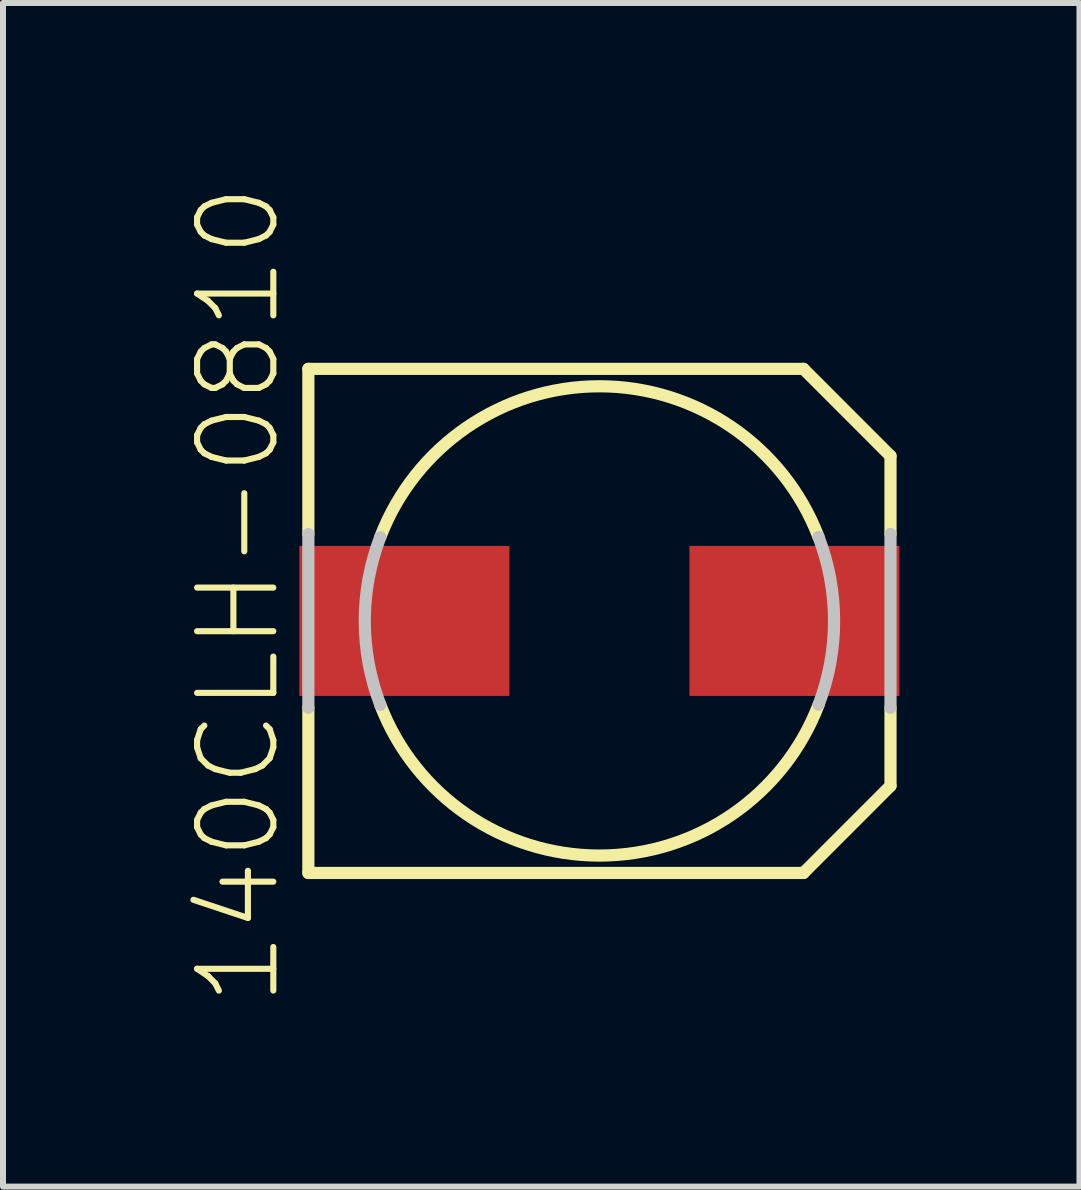
<source format=kicad_pcb>
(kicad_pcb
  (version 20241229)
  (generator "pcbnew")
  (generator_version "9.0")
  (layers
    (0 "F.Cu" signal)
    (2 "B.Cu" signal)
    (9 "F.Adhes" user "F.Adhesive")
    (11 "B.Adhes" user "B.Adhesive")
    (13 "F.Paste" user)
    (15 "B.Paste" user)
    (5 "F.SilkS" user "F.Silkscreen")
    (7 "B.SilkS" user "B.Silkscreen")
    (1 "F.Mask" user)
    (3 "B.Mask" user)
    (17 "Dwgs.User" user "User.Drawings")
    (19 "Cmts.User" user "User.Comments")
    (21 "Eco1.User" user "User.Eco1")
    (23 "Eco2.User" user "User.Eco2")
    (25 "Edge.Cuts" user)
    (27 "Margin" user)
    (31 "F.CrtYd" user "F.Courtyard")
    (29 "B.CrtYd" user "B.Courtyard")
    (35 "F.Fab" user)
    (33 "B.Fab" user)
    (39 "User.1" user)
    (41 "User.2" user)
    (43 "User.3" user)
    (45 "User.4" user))
  (footprint "140CLH-0810"
    (layer "F.Cu")
    (at 6.936 7.294)
    (property "Reference" "140CLH-0810" (at -6.015 -0.434 90) (layer "F.SilkS") (effects (font (size 1.27 1.27) (thickness 0.102))))
    (attr smd)
    (fp_line (start -4.849 -4.199) (end 3.399 -4.199) (stroke (width 0.203) (type solid)) (layer "F.SilkS"))
    (fp_line (start -4.849 -1.448) (end -4.849 -4.199) (stroke (width 0.203) (type solid)) (layer "F.SilkS"))
    (fp_line (start -4.849 4.199) (end -4.849 1.448) (stroke (width 0.203) (type solid)) (layer "F.SilkS"))
    (fp_line (start 3.399 4.199) (end -4.849 4.199) (stroke (width 0.203) (type solid)) (layer "F.SilkS"))
    (fp_line (start 4.849 -2.748) (end 3.399 -4.199) (stroke (width 0.203) (type solid)) (layer "F.SilkS"))
    (fp_line (start 4.849 -2.748) (end 4.849 -1.448) (stroke (width 0.203) (type solid)) (layer "F.SilkS"))
    (fp_line (start 4.849 1.448) (end 4.849 2.748) (stroke (width 0.203) (type solid)) (layer "F.SilkS"))
    (fp_line (start 4.849 2.748) (end 3.399 4.199) (stroke (width 0.203) (type solid)) (layer "F.SilkS"))
    (fp_arc (start -3.64998 -1.39954) (mid -0.001452 -3.9091) (end 3.648939 -1.402252) (stroke (width 0.2032) (type solid)) (layer "F.SilkS"))
    (fp_arc (start 3.64998 1.39954) (mid 0.001452 3.9091) (end -3.648939 1.402252) (stroke (width 0.2032) (type solid)) (layer "F.SilkS"))
    (fp_line (start -4.849 1.448) (end -4.849 -1.448) (stroke (width 0.203) (type solid)) (layer "Dwgs.User"))
    (fp_line (start 4.849 -1.448) (end 4.849 1.448) (stroke (width 0.203) (type solid)) (layer "Dwgs.User"))
    (fp_arc (start -3.64998 1.39954) (mid -3.9091 0.001959) (end -3.651381 -1.395882) (stroke (width 0.2032) (type solid)) (layer "Dwgs.User"))
    (fp_arc (start 3.64998 -1.39954) (mid 3.9091 -0.001959) (end 3.651381 1.395882) (stroke (width 0.2032) (type solid)) (layer "Dwgs.User"))
    (pad "+" smd rect (at 3.249 0) (size 3.498 2.499) (layers "F.Cu" "F.Mask" "F.Paste"))
    (pad "-" smd rect (at -3.249 0) (size 3.498 2.499) (layers "F.Cu" "F.Mask" "F.Paste")))
  (gr_rect
    (start -3 -3)
    (end 14.933 16.718)
    (stroke (width 0.1) (type default))
    (fill no)
    (layer "Edge.Cuts")))
</source>
